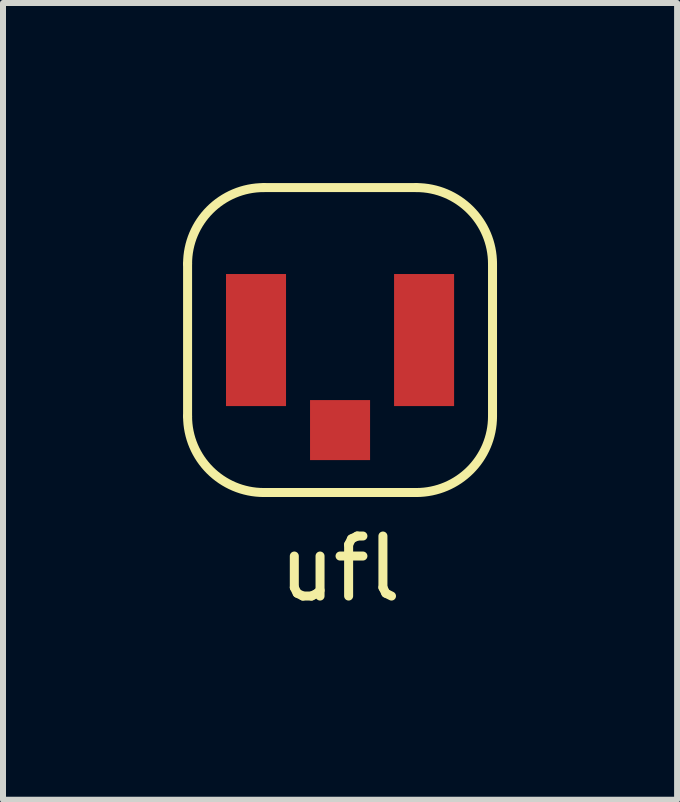
<source format=kicad_pcb>
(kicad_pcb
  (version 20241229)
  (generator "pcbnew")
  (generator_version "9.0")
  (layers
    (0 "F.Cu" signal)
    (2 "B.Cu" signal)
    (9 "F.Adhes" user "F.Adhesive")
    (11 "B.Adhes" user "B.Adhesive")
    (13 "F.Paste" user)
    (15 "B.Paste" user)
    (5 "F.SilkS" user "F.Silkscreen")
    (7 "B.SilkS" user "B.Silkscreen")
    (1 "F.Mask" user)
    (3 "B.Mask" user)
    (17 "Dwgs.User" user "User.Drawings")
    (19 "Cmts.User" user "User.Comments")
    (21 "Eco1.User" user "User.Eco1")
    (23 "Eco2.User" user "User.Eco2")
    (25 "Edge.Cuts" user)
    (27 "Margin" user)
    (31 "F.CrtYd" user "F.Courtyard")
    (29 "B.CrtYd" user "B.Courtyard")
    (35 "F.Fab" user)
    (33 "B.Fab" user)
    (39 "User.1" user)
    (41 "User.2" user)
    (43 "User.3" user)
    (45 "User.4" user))
  (footprint "ufl"
    (layer "F.Cu")
    (at 2.615 2.615)
    (property "Reference" "ufl" (at 0 3.81 0) (layer "F.SilkS") (effects (font (size 1 1) (thickness 0.15))))
    (attr through_hole)
    (fp_line (start -2.54 1.27) (end -2.54 -1.27) (stroke (width 0.15) (type solid)) (layer "F.SilkS"))
    (fp_line (start -1.27 -2.54) (end 1.27 -2.54) (stroke (width 0.15) (type solid)) (layer "F.SilkS"))
    (fp_line (start 1.27 2.54) (end -1.27 2.54) (stroke (width 0.15) (type solid)) (layer "F.SilkS"))
    (fp_line (start 2.54 -1.27) (end 2.54 1.27) (stroke (width 0.15) (type solid)) (layer "F.SilkS"))
    (fp_arc (start -2.54 -1.27) (mid -2.168026 -2.168026) (end -1.27 -2.54) (stroke (width 0.15) (type solid)) (layer "F.SilkS"))
    (fp_arc (start -1.27 2.54) (mid -2.168026 2.168026) (end -2.54 1.27) (stroke (width 0.15) (type solid)) (layer "F.SilkS"))
    (fp_arc (start 1.27 -2.54) (mid 2.168026 -2.168026) (end 2.54 -1.27) (stroke (width 0.15) (type solid)) (layer "F.SilkS"))
    (fp_arc (start 2.54 1.27) (mid 2.168026 2.168026) (end 1.27 2.54) (stroke (width 0.15) (type solid)) (layer "F.SilkS"))
    (pad "1" smd rect (at -1.4 0) (size 1 2.2) (layers "F.Cu" "F.Mask" "F.Paste"))
    (pad "1" smd rect (at 1.4 0) (size 1 2.2) (layers "F.Cu" "F.Mask" "F.Paste"))
    (pad "2" smd rect (at 0 1.5) (size 1 1) (layers "F.Cu" "F.Mask" "F.Paste")))
  (gr_rect
    (start -3 -3)
    (end 8.23 10.273)
    (stroke (width 0.1) (type default))
    (fill no)
    (layer "Edge.Cuts")))
</source>
